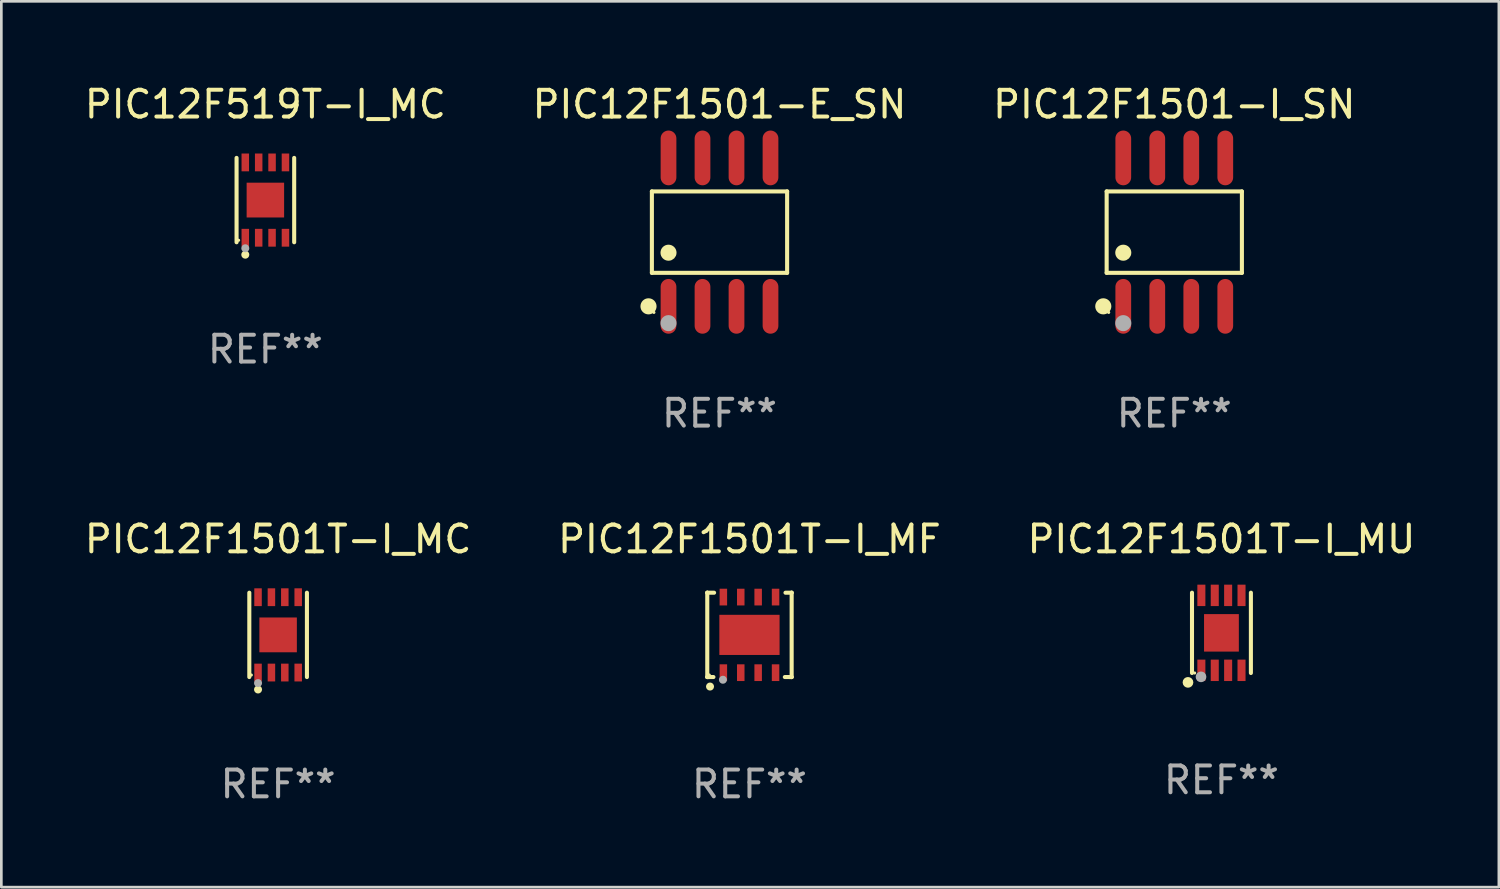
<source format=kicad_pcb>
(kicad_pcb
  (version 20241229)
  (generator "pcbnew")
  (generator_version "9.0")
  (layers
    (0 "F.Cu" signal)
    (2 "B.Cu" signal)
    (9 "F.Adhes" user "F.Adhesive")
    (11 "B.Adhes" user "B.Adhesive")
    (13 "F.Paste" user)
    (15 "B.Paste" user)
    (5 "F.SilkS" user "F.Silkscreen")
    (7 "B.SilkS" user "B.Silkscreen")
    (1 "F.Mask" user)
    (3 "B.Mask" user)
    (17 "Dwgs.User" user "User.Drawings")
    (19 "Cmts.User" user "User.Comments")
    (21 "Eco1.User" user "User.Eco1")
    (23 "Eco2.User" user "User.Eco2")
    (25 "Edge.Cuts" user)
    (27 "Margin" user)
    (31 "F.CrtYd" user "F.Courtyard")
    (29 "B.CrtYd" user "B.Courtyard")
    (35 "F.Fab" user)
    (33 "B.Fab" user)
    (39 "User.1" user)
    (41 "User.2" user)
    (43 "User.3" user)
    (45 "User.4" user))
  (footprint "PIC12F1501T-I_MC"
    (layer "F.Cu")
    (at 7.339 20.666)
    (property "Reference" "PIC12F1501T-I_MC" (at 0 -3.576 0) (layer "F.SilkS") (effects (font (size 1 1) (thickness 0.15))))
    (attr through_hole)
    (fp_line (start -1.076 1.576) (end -1.076 -1.576) (stroke (width 0.152) (type solid)) (layer "F.SilkS"))
    (fp_line (start 1.076 1.576) (end 1.076 -1.576) (stroke (width 0.152) (type solid)) (layer "F.SilkS"))
    (fp_circle (center -1 1.5) (end -0.97 1.5) (stroke (width 0.06) (type solid)) (fill no) (layer "F.SilkS"))
    (fp_circle (center -0.75 2.04) (end -0.675 2.04) (stroke (width 0.15) (type solid)) (fill no) (layer "F.SilkS"))
    (fp_circle (center -0.75 1.8) (end -0.675 1.8) (stroke (width 0.15) (type solid)) (fill no) (layer "F.Fab"))
    (fp_text user "REF**" (at 0 5.576 0) (layer "F.Fab") (effects (font (size 1 1) (thickness 0.15))))
    (pad "1" smd rect (at -0.75 1.407) (size 0.28 0.665) (layers "F.Cu" "F.Mask" "F.Paste"))
    (pad "2" smd rect (at -0.25 1.407) (size 0.28 0.665) (layers "F.Cu" "F.Mask" "F.Paste"))
    (pad "3" smd rect (at 0.25 1.407) (size 0.28 0.665) (layers "F.Cu" "F.Mask" "F.Paste"))
    (pad "4" smd rect (at 0.75 1.407) (size 0.28 0.665) (layers "F.Cu" "F.Mask" "F.Paste"))
    (pad "5" smd rect (at 0.75 -1.407) (size 0.28 0.665) (layers "F.Cu" "F.Mask" "F.Paste"))
    (pad "6" smd rect (at 0.25 -1.407) (size 0.28 0.665) (layers "F.Cu" "F.Mask" "F.Paste"))
    (pad "7" smd rect (at -0.25 -1.407) (size 0.28 0.665) (layers "F.Cu" "F.Mask" "F.Paste"))
    (pad "8" smd rect (at -0.75 -1.407) (size 0.28 0.665) (layers "F.Cu" "F.Mask" "F.Paste"))
    (pad "9" smd rect (at 0 0) (size 1.4 1.3) (layers "F.Cu" "F.Mask" "F.Paste")))
  (footprint "PIC12F1501-I_SN"
    (layer "F.Cu")
    (at 40.815 5.621)
    (property "Reference" "PIC12F1501-I_SN" (at 0 -4.772 0) (layer "F.SilkS") (effects (font (size 1 1) (thickness 0.15))))
    (attr through_hole)
    (fp_line (start -2.526 -1.521) (end 2.526 -1.521) (stroke (width 0.152) (type solid)) (layer "F.SilkS"))
    (fp_line (start -2.526 1.521) (end -2.526 -1.521) (stroke (width 0.152) (type solid)) (layer "F.SilkS"))
    (fp_line (start 2.526 -1.521) (end 2.526 1.521) (stroke (width 0.152) (type solid)) (layer "F.SilkS"))
    (fp_line (start 2.526 1.521) (end -2.526 1.521) (stroke (width 0.152) (type solid)) (layer "F.SilkS"))
    (fp_circle (center -2.652 2.772) (end -2.501 2.772) (stroke (width 0.3) (type solid)) (fill no) (layer "F.SilkS"))
    (fp_circle (center -2.45 3) (end -2.42 3) (stroke (width 0.06) (type solid)) (fill no) (layer "F.SilkS"))
    (fp_circle (center -1.905 0.769) (end -1.755 0.769) (stroke (width 0.3) (type solid)) (fill no) (layer "F.SilkS"))
    (fp_circle (center -1.905 3.4) (end -1.755 3.4) (stroke (width 0.3) (type solid)) (fill no) (layer "F.Fab"))
    (fp_text user "REF**" (at 0 6.772 0) (layer "F.Fab") (effects (font (size 1 1) (thickness 0.15))))
    (pad "1" smd oval (at -1.905 2.772) (size 0.588 2.045) (layers "F.Cu" "F.Mask" "F.Paste"))
    (pad "2" smd oval (at -0.635 2.772) (size 0.588 2.045) (layers "F.Cu" "F.Mask" "F.Paste"))
    (pad "3" smd oval (at 0.635 2.772) (size 0.588 2.045) (layers "F.Cu" "F.Mask" "F.Paste"))
    (pad "4" smd oval (at 1.905 2.772) (size 0.588 2.045) (layers "F.Cu" "F.Mask" "F.Paste"))
    (pad "5" smd oval (at 1.905 -2.772) (size 0.588 2.045) (layers "F.Cu" "F.Mask" "F.Paste"))
    (pad "6" smd oval (at 0.635 -2.772) (size 0.588 2.045) (layers "F.Cu" "F.Mask" "F.Paste"))
    (pad "7" smd oval (at -0.635 -2.772) (size 0.588 2.045) (layers "F.Cu" "F.Mask" "F.Paste"))
    (pad "8" smd oval (at -1.905 -2.772) (size 0.588 2.045) (layers "F.Cu" "F.Mask" "F.Paste")))
  (footprint "PIC12F1501T-I_MU"
    (layer "F.Cu")
    (at 42.577 20.59)
    (property "Reference" "PIC12F1501T-I_MU" (at 0 -3.5 0) (layer "F.SilkS") (effects (font (size 1 1) (thickness 0.15))))
    (attr through_hole)
    (fp_line (start -1.1 1.5) (end -1.1 -1.5) (stroke (width 0.152) (type solid)) (layer "F.SilkS"))
    (fp_line (start 1.1 -1.5) (end 1.1 1.5) (stroke (width 0.152) (type solid)) (layer "F.SilkS"))
    (fp_circle (center -1.25 1.85) (end -1.15 1.85) (stroke (width 0.2) (type solid)) (fill no) (layer "F.SilkS"))
    (fp_circle (center -1 1.5) (end -0.97 1.5) (stroke (width 0.06) (type solid)) (fill no) (layer "F.SilkS"))
    (fp_circle (center -0.763 1.644) (end -0.663 1.644) (stroke (width 0.2) (type solid)) (fill no) (layer "F.Fab"))
    (fp_text user "REF**" (at 0 5.5 0) (layer "F.Fab") (effects (font (size 1 1) (thickness 0.15))))
    (pad "1" smd rect (at -0.75 1.4 180) (size 0.3 0.8) (layers "F.Cu" "F.Mask" "F.Paste"))
    (pad "2" smd rect (at -0.25 1.4) (size 0.3 0.8) (layers "F.Cu" "F.Mask" "F.Paste"))
    (pad "3" smd rect (at 0.25 1.4) (size 0.3 0.8) (layers "F.Cu" "F.Mask" "F.Paste"))
    (pad "4" smd rect (at 0.75 1.4) (size 0.3 0.8) (layers "F.Cu" "F.Mask" "F.Paste"))
    (pad "5" smd rect (at 0.75 -1.4) (size 0.3 0.8) (layers "F.Cu" "F.Mask" "F.Paste"))
    (pad "6" smd rect (at 0.25 -1.4) (size 0.3 0.8) (layers "F.Cu" "F.Mask" "F.Paste"))
    (pad "7" smd rect (at -0.25 -1.4) (size 0.3 0.8) (layers "F.Cu" "F.Mask" "F.Paste"))
    (pad "8" smd rect (at -0.75 -1.4) (size 0.3 0.8) (layers "F.Cu" "F.Mask" "F.Paste"))
    (pad "9" smd rect (at 0 0 180) (size 1.3 1.4) (layers "F.Cu" "F.Mask" "F.Paste")))
  (footprint "PIC12F1501T-I_MF"
    (layer "F.Cu")
    (at 24.946 20.666)
    (property "Reference" "PIC12F1501T-I_MF" (at 0 -3.576 0) (layer "F.SilkS") (effects (font (size 1 1) (thickness 0.15))))
    (attr through_hole)
    (fp_line (start -1.576 -1.576) (end -1.576 -1.576) (stroke (width 0.152) (type solid)) (layer "F.SilkS"))
    (fp_line (start -1.576 -1.576) (end -1.576 1.576) (stroke (width 0.152) (type solid)) (layer "F.SilkS"))
    (fp_line (start -1.576 1.576) (end -1.576 1.576) (stroke (width 0.152) (type solid)) (layer "F.SilkS"))
    (fp_line (start -1.576 1.576) (end -1.346 1.575) (stroke (width 0.152) (type solid)) (layer "F.SilkS"))
    (fp_line (start -1.321 -1.575) (end -1.576 -1.576) (stroke (width 0.152) (type solid)) (layer "F.SilkS"))
    (fp_line (start 1.321 1.575) (end 1.576 1.576) (stroke (width 0.152) (type solid)) (layer "F.SilkS"))
    (fp_line (start 1.576 -1.576) (end 1.346 -1.575) (stroke (width 0.152) (type solid)) (layer "F.SilkS"))
    (fp_line (start 1.576 -1.576) (end 1.576 -1.576) (stroke (width 0.152) (type solid)) (layer "F.SilkS"))
    (fp_line (start 1.576 1.576) (end 1.576 -1.576) (stroke (width 0.152) (type solid)) (layer "F.SilkS"))
    (fp_line (start 1.576 1.576) (end 1.576 1.576) (stroke (width 0.152) (type solid)) (layer "F.SilkS"))
    (fp_circle (center -1.5 1.5) (end -1.47 1.5) (stroke (width 0.06) (type solid)) (fill no) (layer "F.SilkS"))
    (fp_circle (center -1.473 1.93) (end -1.398 1.93) (stroke (width 0.15) (type solid)) (fill no) (layer "F.SilkS"))
    (fp_circle (center -0.991 1.676) (end -0.916 1.676) (stroke (width 0.15) (type solid)) (fill no) (layer "F.Fab"))
    (fp_text user "REF**" (at 0 5.576 0) (layer "F.Fab") (effects (font (size 1 1) (thickness 0.15))))
    (pad "1" smd rect (at -0.975 1.412) (size 0.28 0.625) (layers "F.Cu" "F.Mask" "F.Paste"))
    (pad "2" smd rect (at -0.325 1.412) (size 0.28 0.625) (layers "F.Cu" "F.Mask" "F.Paste"))
    (pad "3" smd rect (at 0.325 1.412) (size 0.28 0.625) (layers "F.Cu" "F.Mask" "F.Paste"))
    (pad "4" smd rect (at 0.975 1.412) (size 0.28 0.625) (layers "F.Cu" "F.Mask" "F.Paste"))
    (pad "5" smd rect (at 0.975 -1.412) (size 0.28 0.625) (layers "F.Cu" "F.Mask" "F.Paste"))
    (pad "6" smd rect (at 0.325 -1.412) (size 0.28 0.625) (layers "F.Cu" "F.Mask" "F.Paste"))
    (pad "7" smd rect (at -0.325 -1.412) (size 0.28 0.625) (layers "F.Cu" "F.Mask" "F.Paste"))
    (pad "8" smd rect (at -0.975 -1.412) (size 0.28 0.625) (layers "F.Cu" "F.Mask" "F.Paste"))
    (pad "9" smd rect (at 0 0) (size 2.25 1.5) (layers "F.Cu" "F.Mask" "F.Paste")))
  (footprint "PIC12F1501-E_SN"
    (layer "F.Cu")
    (at 23.827 5.621)
    (property "Reference" "PIC12F1501-E_SN" (at 0 -4.772 0) (layer "F.SilkS") (effects (font (size 1 1) (thickness 0.15))))
    (attr through_hole)
    (fp_line (start -2.526 -1.521) (end 2.526 -1.521) (stroke (width 0.152) (type solid)) (layer "F.SilkS"))
    (fp_line (start -2.526 1.521) (end -2.526 -1.521) (stroke (width 0.152) (type solid)) (layer "F.SilkS"))
    (fp_line (start 2.526 -1.521) (end 2.526 1.521) (stroke (width 0.152) (type solid)) (layer "F.SilkS"))
    (fp_line (start 2.526 1.521) (end -2.526 1.521) (stroke (width 0.152) (type solid)) (layer "F.SilkS"))
    (fp_circle (center -2.652 2.772) (end -2.501 2.772) (stroke (width 0.3) (type solid)) (fill no) (layer "F.SilkS"))
    (fp_circle (center -2.45 3) (end -2.42 3) (stroke (width 0.06) (type solid)) (fill no) (layer "F.SilkS"))
    (fp_circle (center -1.905 0.769) (end -1.755 0.769) (stroke (width 0.3) (type solid)) (fill no) (layer "F.SilkS"))
    (fp_circle (center -1.905 3.4) (end -1.755 3.4) (stroke (width 0.3) (type solid)) (fill no) (layer "F.Fab"))
    (fp_text user "REF**" (at 0 6.772 0) (layer "F.Fab") (effects (font (size 1 1) (thickness 0.15))))
    (pad "1" smd oval (at -1.905 2.772) (size 0.588 2.045) (layers "F.Cu" "F.Mask" "F.Paste"))
    (pad "2" smd oval (at -0.635 2.772) (size 0.588 2.045) (layers "F.Cu" "F.Mask" "F.Paste"))
    (pad "3" smd oval (at 0.635 2.772) (size 0.588 2.045) (layers "F.Cu" "F.Mask" "F.Paste"))
    (pad "4" smd oval (at 1.905 2.772) (size 0.588 2.045) (layers "F.Cu" "F.Mask" "F.Paste"))
    (pad "5" smd oval (at 1.905 -2.772) (size 0.588 2.045) (layers "F.Cu" "F.Mask" "F.Paste"))
    (pad "6" smd oval (at 0.635 -2.772) (size 0.588 2.045) (layers "F.Cu" "F.Mask" "F.Paste"))
    (pad "7" smd oval (at -0.635 -2.772) (size 0.588 2.045) (layers "F.Cu" "F.Mask" "F.Paste"))
    (pad "8" smd oval (at -1.905 -2.772) (size 0.588 2.045) (layers "F.Cu" "F.Mask" "F.Paste")))
  (footprint "PIC12F519T-I_MC"
    (layer "F.Cu")
    (at 6.863 4.424)
    (property "Reference" "PIC12F519T-I_MC" (at 0 -3.576 0) (layer "F.SilkS") (effects (font (size 1 1) (thickness 0.15))))
    (attr through_hole)
    (fp_line (start -1.076 1.576) (end -1.076 -1.576) (stroke (width 0.152) (type solid)) (layer "F.SilkS"))
    (fp_line (start 1.076 1.576) (end 1.076 -1.576) (stroke (width 0.152) (type solid)) (layer "F.SilkS"))
    (fp_circle (center -1 1.5) (end -0.97 1.5) (stroke (width 0.06) (type solid)) (fill no) (layer "F.SilkS"))
    (fp_circle (center -0.75 2.04) (end -0.675 2.04) (stroke (width 0.15) (type solid)) (fill no) (layer "F.SilkS"))
    (fp_circle (center -0.75 1.8) (end -0.675 1.8) (stroke (width 0.15) (type solid)) (fill no) (layer "F.Fab"))
    (fp_text user "REF**" (at 0 5.576 0) (layer "F.Fab") (effects (font (size 1 1) (thickness 0.15))))
    (pad "1" smd rect (at -0.75 1.407) (size 0.28 0.665) (layers "F.Cu" "F.Mask" "F.Paste"))
    (pad "2" smd rect (at -0.25 1.407) (size 0.28 0.665) (layers "F.Cu" "F.Mask" "F.Paste"))
    (pad "3" smd rect (at 0.25 1.407) (size 0.28 0.665) (layers "F.Cu" "F.Mask" "F.Paste"))
    (pad "4" smd rect (at 0.75 1.407) (size 0.28 0.665) (layers "F.Cu" "F.Mask" "F.Paste"))
    (pad "5" smd rect (at 0.75 -1.407) (size 0.28 0.665) (layers "F.Cu" "F.Mask" "F.Paste"))
    (pad "6" smd rect (at 0.25 -1.407) (size 0.28 0.665) (layers "F.Cu" "F.Mask" "F.Paste"))
    (pad "7" smd rect (at -0.25 -1.407) (size 0.28 0.665) (layers "F.Cu" "F.Mask" "F.Paste"))
    (pad "8" smd rect (at -0.75 -1.407) (size 0.28 0.665) (layers "F.Cu" "F.Mask" "F.Paste"))
    (pad "9" smd rect (at 0 0) (size 1.4 1.3) (layers "F.Cu" "F.Mask" "F.Paste")))
  (gr_rect
    (start -3 -3)
    (end 52.94 30.09)
    (stroke (width 0.1) (type default))
    (fill no)
    (layer "Edge.Cuts")))
</source>
